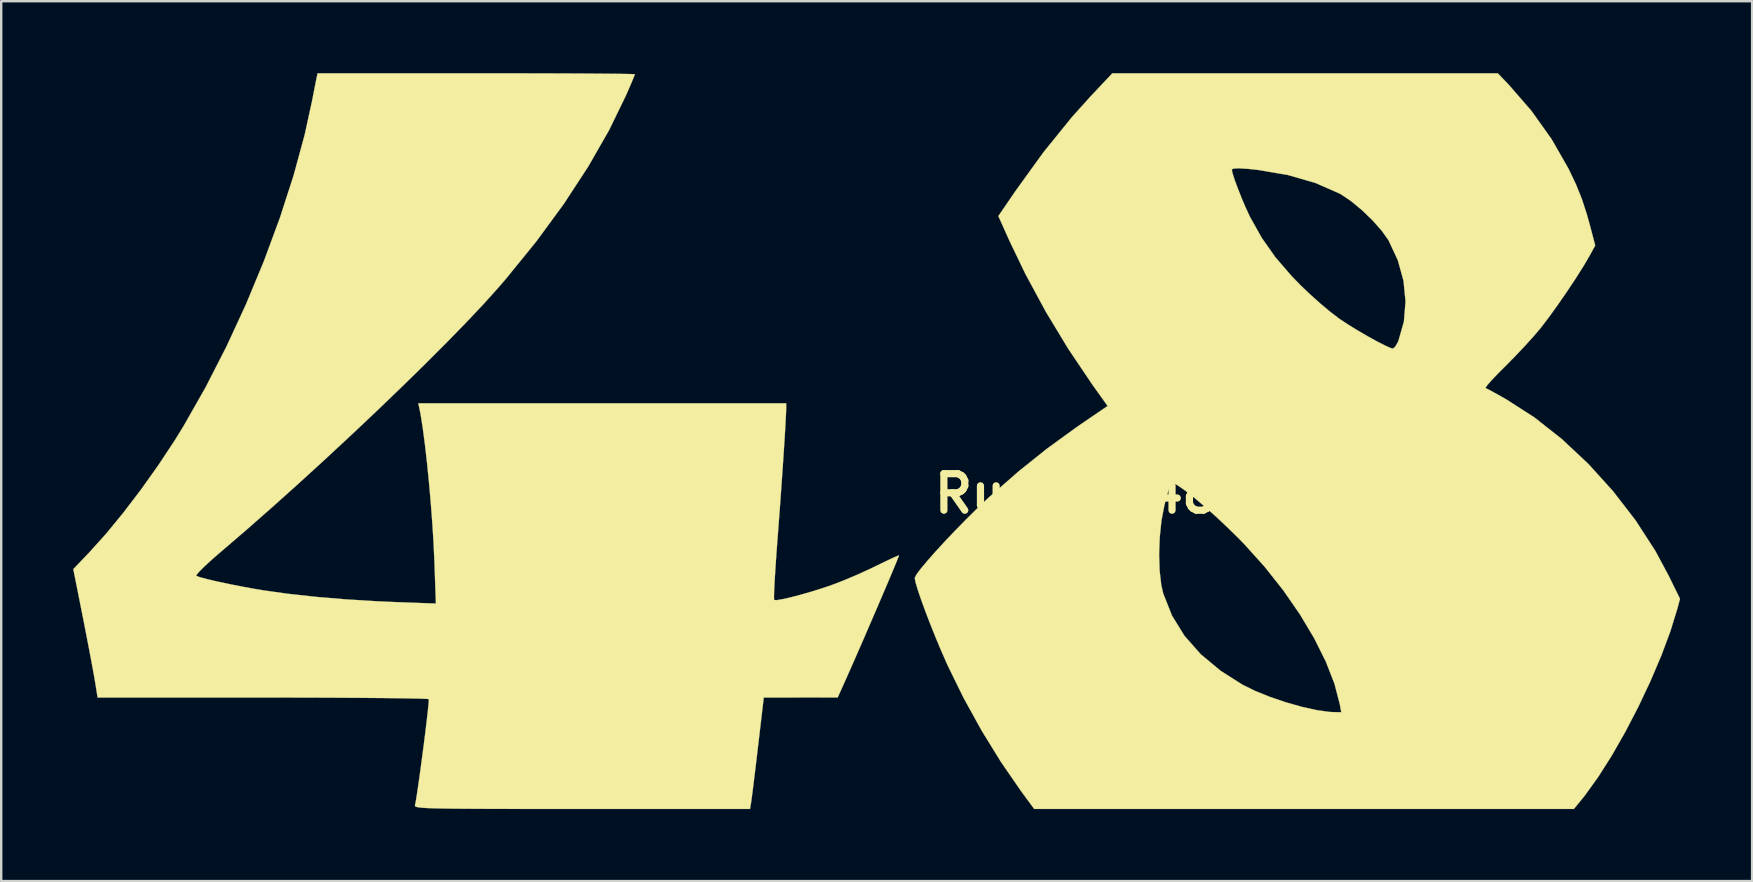
<source format=kicad_pcb>
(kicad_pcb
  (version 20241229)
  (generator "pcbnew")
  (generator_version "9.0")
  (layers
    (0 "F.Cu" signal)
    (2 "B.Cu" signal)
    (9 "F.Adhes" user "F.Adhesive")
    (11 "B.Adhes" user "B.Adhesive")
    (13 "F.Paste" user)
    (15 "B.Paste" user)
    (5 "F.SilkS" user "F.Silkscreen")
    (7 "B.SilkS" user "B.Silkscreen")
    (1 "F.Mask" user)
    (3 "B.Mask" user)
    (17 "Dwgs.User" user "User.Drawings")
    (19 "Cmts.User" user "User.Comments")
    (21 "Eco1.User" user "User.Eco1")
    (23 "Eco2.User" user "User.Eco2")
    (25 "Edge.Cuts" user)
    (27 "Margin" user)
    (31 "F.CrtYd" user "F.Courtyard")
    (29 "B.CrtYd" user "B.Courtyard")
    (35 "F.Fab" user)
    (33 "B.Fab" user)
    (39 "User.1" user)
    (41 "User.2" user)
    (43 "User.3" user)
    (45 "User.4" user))
  (footprint "Ruslan 48"
    (layer "F.Cu")
    (at 41.799 17.522)
    (property "Reference" "Ruslan 48" (at 0 0 0) (layer "F.SilkS") (effects (font (size 1.524 1.524) (thickness 0.3))))
    (attr through_hole)
    (fp_poly (pts (xy 18.009 -17.057) (xy 18.963 -15.96) (xy 19.809 -14.772) (xy 20.514 -13.541) (xy 20.526 -13.516) (xy 20.83 -12.877) (xy 21.069 -12.282) (xy 21.275 -11.652) (xy 21.414 -11.15) (xy 21.626 -10.344) (xy 21.396 -9.924) (xy 21.151 -9.504) (xy 20.827 -8.991) (xy 20.456 -8.432) (xy 20.068 -7.87) (xy 19.694 -7.35) (xy 19.364 -6.919) (xy 19.329 -6.876) (xy 19.04 -6.537) (xy 18.67 -6.129) (xy 18.267 -5.703) (xy 17.877 -5.309) (xy 17.869 -5.301) (xy 17.557 -4.989) (xy 17.305 -4.723) (xy 17.131 -4.524) (xy 17.056 -4.414) (xy 17.059 -4.401) (xy 17.165 -4.348) (xy 17.388 -4.228) (xy 17.689 -4.061) (xy 17.92 -3.93) (xy 19.094 -3.176) (xy 20.242 -2.27) (xy 21.342 -1.238) (xy 22.37 -0.103) (xy 23.306 1.109) (xy 24.126 2.376) (xy 24.675 3.395) (xy 25.159 4.381) (xy 25.048 4.796) (xy 24.759 5.733) (xy 24.38 6.749) (xy 23.929 7.809) (xy 23.424 8.879) (xy 22.881 9.924) (xy 22.318 10.911) (xy 21.751 11.804) (xy 21.2 12.569) (xy 21.064 12.739) (xy 20.737 13.138) (xy -1.753 13.138) (xy -2.316 12.372) (xy -3.139 11.177) (xy -3.943 9.871) (xy -4.693 8.514) (xy -5.352 7.17) (xy -5.387 7.093) (xy -5.623 6.557) (xy -5.859 5.994) (xy -6.085 5.43) (xy -6.292 4.891) (xy -6.469 4.405) (xy -6.608 3.996) (xy -6.697 3.691) (xy -6.729 3.516) (xy -6.727 3.502) (xy -6.654 3.362) (xy -6.473 3.12) (xy -6.202 2.796) (xy -5.97 2.533) (xy 3.453 2.533) (xy 3.474 3.21) (xy 3.543 3.805) (xy 3.624 4.16) (xy 3.989 5.079) (xy 4.509 5.922) (xy 5.187 6.691) (xy 6.022 7.386) (xy 6.93 7.962) (xy 7.451 8.218) (xy 8.066 8.467) (xy 8.73 8.692) (xy 9.396 8.882) (xy 10.018 9.02) (xy 10.549 9.094) (xy 10.711 9.103) (xy 11.044 9.109) (xy 10.984 8.781) (xy 10.762 7.925) (xy 10.402 7.002) (xy 9.919 6.031) (xy 9.324 5.035) (xy 8.632 4.034) (xy 7.854 3.05) (xy 7.004 2.105) (xy 6.756 1.851) (xy 6.268 1.373) (xy 5.785 0.922) (xy 5.324 0.512) (xy 4.902 0.156) (xy 4.536 -0.131) (xy 4.243 -0.336) (xy 4.04 -0.444) (xy 3.945 -0.443) (xy 3.894 -0.313) (xy 3.817 -0.055) (xy 3.724 0.288) (xy 3.667 0.514) (xy 3.549 1.136) (xy 3.478 1.825) (xy 3.453 2.533) (xy -5.97 2.533) (xy -5.861 2.41) (xy -5.467 1.981) (xy -5.038 1.53) (xy -4.594 1.076) (xy -4.152 0.639) (xy -3.731 0.238) (xy -3.6 0.118) (xy -2.401 -0.93) (xy -1.217 -1.877) (xy 0.021 -2.776) (xy 0.281 -2.955) (xy 1.307 -3.654) (xy 0.664 -4.556) (xy -0.328 -6.028) (xy -1.268 -7.582) (xy -2.12 -9.158) (xy -2.759 -10.486) (xy -3.246 -11.568) (xy -2.545 -12.594) (xy -1.888 -13.504) (xy 6.481 -13.504) (xy 6.515 -13.344) (xy 6.605 -13.065) (xy 6.737 -12.708) (xy 6.893 -12.314) (xy 7.06 -11.923) (xy 7.22 -11.577) (xy 7.249 -11.518) (xy 7.732 -10.657) (xy 8.294 -9.858) (xy 8.971 -9.072) (xy 9.362 -8.67) (xy 9.762 -8.29) (xy 10.19 -7.908) (xy 10.601 -7.565) (xy 10.946 -7.301) (xy 10.992 -7.269) (xy 11.344 -7.038) (xy 11.739 -6.795) (xy 12.145 -6.559) (xy 12.528 -6.348) (xy 12.855 -6.18) (xy 13.093 -6.074) (xy 13.194 -6.046) (xy 13.286 -6.118) (xy 13.395 -6.302) (xy 13.429 -6.379) (xy 13.654 -7.172) (xy 13.722 -8.011) (xy 13.638 -8.871) (xy 13.402 -9.725) (xy 13.019 -10.546) (xy 13.008 -10.565) (xy 12.734 -10.953) (xy 12.355 -11.382) (xy 11.915 -11.807) (xy 11.462 -12.184) (xy 11.042 -12.468) (xy 10.97 -12.508) (xy 9.964 -12.949) (xy 8.825 -13.278) (xy 7.557 -13.493) (xy 7.16 -13.535) (xy 6.769 -13.559) (xy 6.544 -13.546) (xy 6.481 -13.504) (xy -1.888 -13.504) (xy -1.37 -14.222) (xy -0.19 -15.68) (xy 0.576 -16.532) (xy 1.502 -17.517) (xy 17.567 -17.517) (xy 18.009 -17.057)) (stroke (width 0.01) (type solid)) (fill yes) (layer "F.SilkS"))
    (fp_poly (pts (xy -23.945 -17.517) (xy -22.939 -17.515) (xy -21.998 -17.513) (xy -21.137 -17.51) (xy -20.369 -17.506) (xy -19.707 -17.501) (xy -19.165 -17.496) (xy -18.757 -17.49) (xy -18.495 -17.484) (xy -18.394 -17.478) (xy -18.393 -17.477) (xy -18.426 -17.385) (xy -18.515 -17.169) (xy -18.646 -16.865) (xy -18.751 -16.623) (xy -19.468 -15.148) (xy -20.339 -13.628) (xy -21.353 -12.077) (xy -22.5 -10.512) (xy -23.771 -8.948) (xy -24.107 -8.559) (xy -24.707 -7.893) (xy -25.426 -7.131) (xy -26.248 -6.288) (xy -27.156 -5.38) (xy -28.134 -4.423) (xy -29.165 -3.432) (xy -30.234 -2.423) (xy -31.324 -1.411) (xy -32.418 -0.412) (xy -33.501 0.559) (xy -34.556 1.487) (xy -35.567 2.355) (xy -35.583 2.368) (xy -35.984 2.715) (xy -36.307 3.01) (xy -36.537 3.238) (xy -36.658 3.382) (xy -36.668 3.427) (xy -36.506 3.485) (xy -36.205 3.565) (xy -35.796 3.66) (xy -35.313 3.763) (xy -34.789 3.867) (xy -34.257 3.964) (xy -33.896 4.025) (xy -32.859 4.171) (xy -31.69 4.299) (xy -30.428 4.405) (xy -29.116 4.485) (xy -28.342 4.519) (xy -26.685 4.579) (xy -26.746 2.837) (xy -26.78 2.082) (xy -26.831 1.261) (xy -26.896 0.406) (xy -26.971 -0.453) (xy -27.054 -1.283) (xy -27.142 -2.052) (xy -27.232 -2.731) (xy -27.319 -3.287) (xy -27.375 -3.569) (xy -27.418 -3.766) (xy -12.087 -3.766) (xy -12.087 -3.569) (xy -12.094 -3.349) (xy -12.113 -2.977) (xy -12.142 -2.475) (xy -12.181 -1.864) (xy -12.227 -1.166) (xy -12.28 -0.405) (xy -12.337 0.398) (xy -12.398 1.221) (xy -12.45 1.905) (xy -12.498 2.546) (xy -12.537 3.128) (xy -12.568 3.629) (xy -12.588 4.028) (xy -12.596 4.301) (xy -12.592 4.426) (xy -12.59 4.431) (xy -12.48 4.437) (xy -12.235 4.396) (xy -11.888 4.317) (xy -11.471 4.207) (xy -11.015 4.076) (xy -10.552 3.931) (xy -10.154 3.794) (xy -9.711 3.624) (xy -9.19 3.404) (xy -8.668 3.169) (xy -8.361 3.022) (xy -7.992 2.842) (xy -7.687 2.697) (xy -7.474 2.602) (xy -7.386 2.57) (xy -7.385 2.57) (xy -7.414 2.652) (xy -7.503 2.872) (xy -7.643 3.209) (xy -7.824 3.64) (xy -8.038 4.142) (xy -8.275 4.695) (xy -8.525 5.276) (xy -8.778 5.862) (xy -9.026 6.432) (xy -9.259 6.964) (xy -9.467 7.435) (xy -9.597 7.728) (xy -9.941 8.493) (xy -11.482 8.494) (xy -13.022 8.496) (xy -13.261 10.532) (xy -13.331 11.127) (xy -13.398 11.679) (xy -13.456 12.158) (xy -13.504 12.536) (xy -13.537 12.784) (xy -13.547 12.853) (xy -13.595 13.138) (xy -20.598 13.138) (xy -21.871 13.138) (xy -22.98 13.137) (xy -23.936 13.136) (xy -24.75 13.133) (xy -25.434 13.13) (xy -25.998 13.125) (xy -26.454 13.118) (xy -26.813 13.11) (xy -27.087 13.099) (xy -27.286 13.085) (xy -27.421 13.069) (xy -27.504 13.051) (xy -27.546 13.028) (xy -27.558 13.003) (xy -27.556 12.985) (xy -27.523 12.827) (xy -27.475 12.527) (xy -27.414 12.115) (xy -27.345 11.623) (xy -27.272 11.082) (xy -27.198 10.524) (xy -27.129 9.979) (xy -27.069 9.479) (xy -27.02 9.056) (xy -26.988 8.739) (xy -26.977 8.562) (xy -27.062 8.552) (xy -27.309 8.542) (xy -27.705 8.533) (xy -28.237 8.524) (xy -28.891 8.516) (xy -29.654 8.51) (xy -30.513 8.504) (xy -31.455 8.5) (xy -32.466 8.497) (xy -33.534 8.496) (xy -33.879 8.496) (xy -40.781 8.496) (xy -40.891 7.817) (xy -40.941 7.529) (xy -41.019 7.106) (xy -41.117 6.582) (xy -41.23 5.995) (xy -41.35 5.38) (xy -41.397 5.141) (xy -41.794 3.145) (xy -41.133 2.453) (xy -40.443 1.688) (xy -39.714 0.8) (xy -38.973 -0.171) (xy -38.249 -1.189) (xy -37.572 -2.213) (xy -37.208 -2.803) (xy -36.288 -4.42) (xy -35.414 -6.127) (xy -34.597 -7.895) (xy -33.851 -9.693) (xy -33.187 -11.49) (xy -32.616 -13.256) (xy -32.152 -14.96) (xy -31.842 -16.379) (xy -31.772 -16.744) (xy -31.709 -17.063) (xy -31.666 -17.281) (xy -31.658 -17.32) (xy -31.615 -17.517) (xy -25.004 -17.517) (xy -23.945 -17.517)) (stroke (width 0.01) (type solid)) (fill yes) (layer "F.SilkS")))
  (gr_rect
    (start -3 -3)
    (end 69.963 33.665)
    (stroke (width 0.1) (type default))
    (fill no)
    (layer "Edge.Cuts")))
</source>
